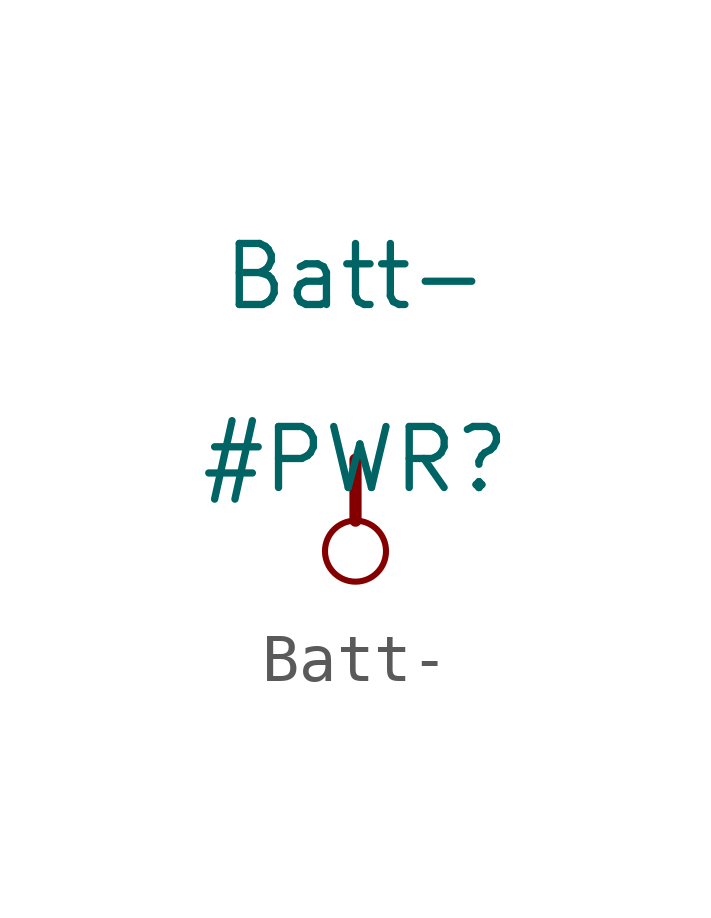
<source format=kicad_sym>
(kicad_symbol_lib
  (version 20220914)
  (generator kicad_symbol_editor)
  (symbol "Batt-"
    (power)
    (property "Reference" "#PWR"
      (at 0 0 0)
      (effects (font (size 1.27 1.27))))
    (property "Value" "Batt-"
      (at 0 3.81 0)
      (effects (font (size 1.27 1.27))))
    (symbol "Batt-_0_0"
      (circle (center 0 -1.905) (radius 0.635) (stroke (width 0.127) (type solid)) (fill (type none)))
      (polyline (pts (xy 0 0) (xy 0 -1.27)) (stroke (width 0.254) (type solid)) (fill (type none)))
      (pin power_in line (at 0 0 0) (length 0) hide (name "Batt-" (effects (font (size 1.27 1.27)))) (number "" (effects (font (size 1.27 1.27))))))))
</source>
